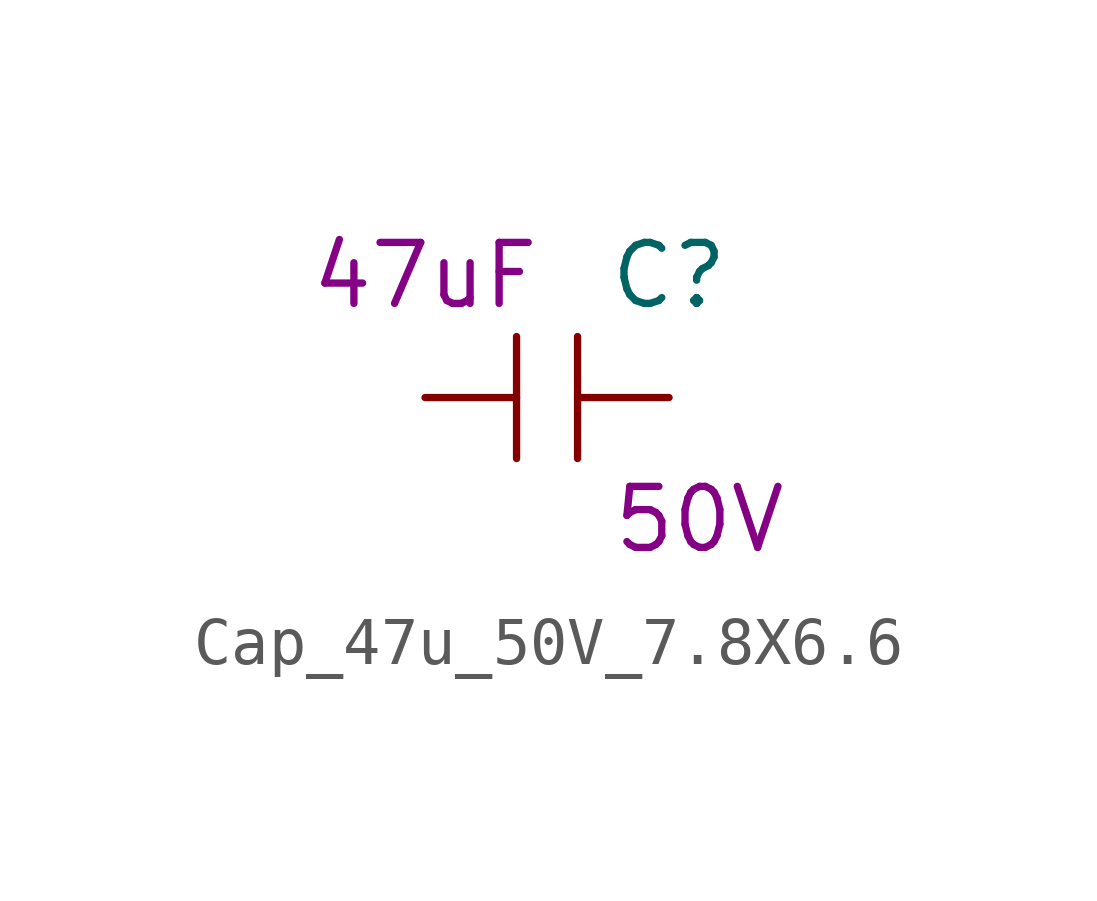
<source format=kicad_sym>
(kicad_symbol_lib
  (version 20211014)
  (generator kicad_symbol_editor)
  (symbol "Cap_47u_50V_7.8X6.6"
    (pin_numbers hide)
    (pin_names
      (offset 0) hide)
    (property "Reference" "C"
      (at 5.08 2.54 0)
      (effects (font (size 1.27 1.27))))
    (property "Voltage" "50V"
      (at 5.715 -2.54 0)
      (effects (font (size 1.27 1.27))))
    (property "Property" "47uF"
      (at 0 2.54 0)
      (effects (font (size 1.27 1.27))))
    (symbol "Cap_47u_50V_7.8X6.6_0_1"
      (polyline (pts (xy 1.905 1.27) (xy 1.905 -1.27)) (stroke (width 0) (type default) (color 0 0 0 0)) (fill (type none)))
      (polyline (pts (xy 3.175 1.27) (xy 3.175 -1.27)) (stroke (width 0) (type default) (color 0 0 0 0)) (fill (type none))))
    (symbol "Cap_47u_50V_7.8X6.6_1_1"
      (pin passive line (at 0 0 0) (length 1.905) (name "~" (effects (font (size 1.27 1.27)))) (number "1" (effects (font (size 1.27 1.27)))))
      (pin passive line (at 5.08 0 180) (length 1.905) (name "~" (effects (font (size 1.27 1.27)))) (number "2" (effects (font (size 1.27 1.27))))))))
</source>
